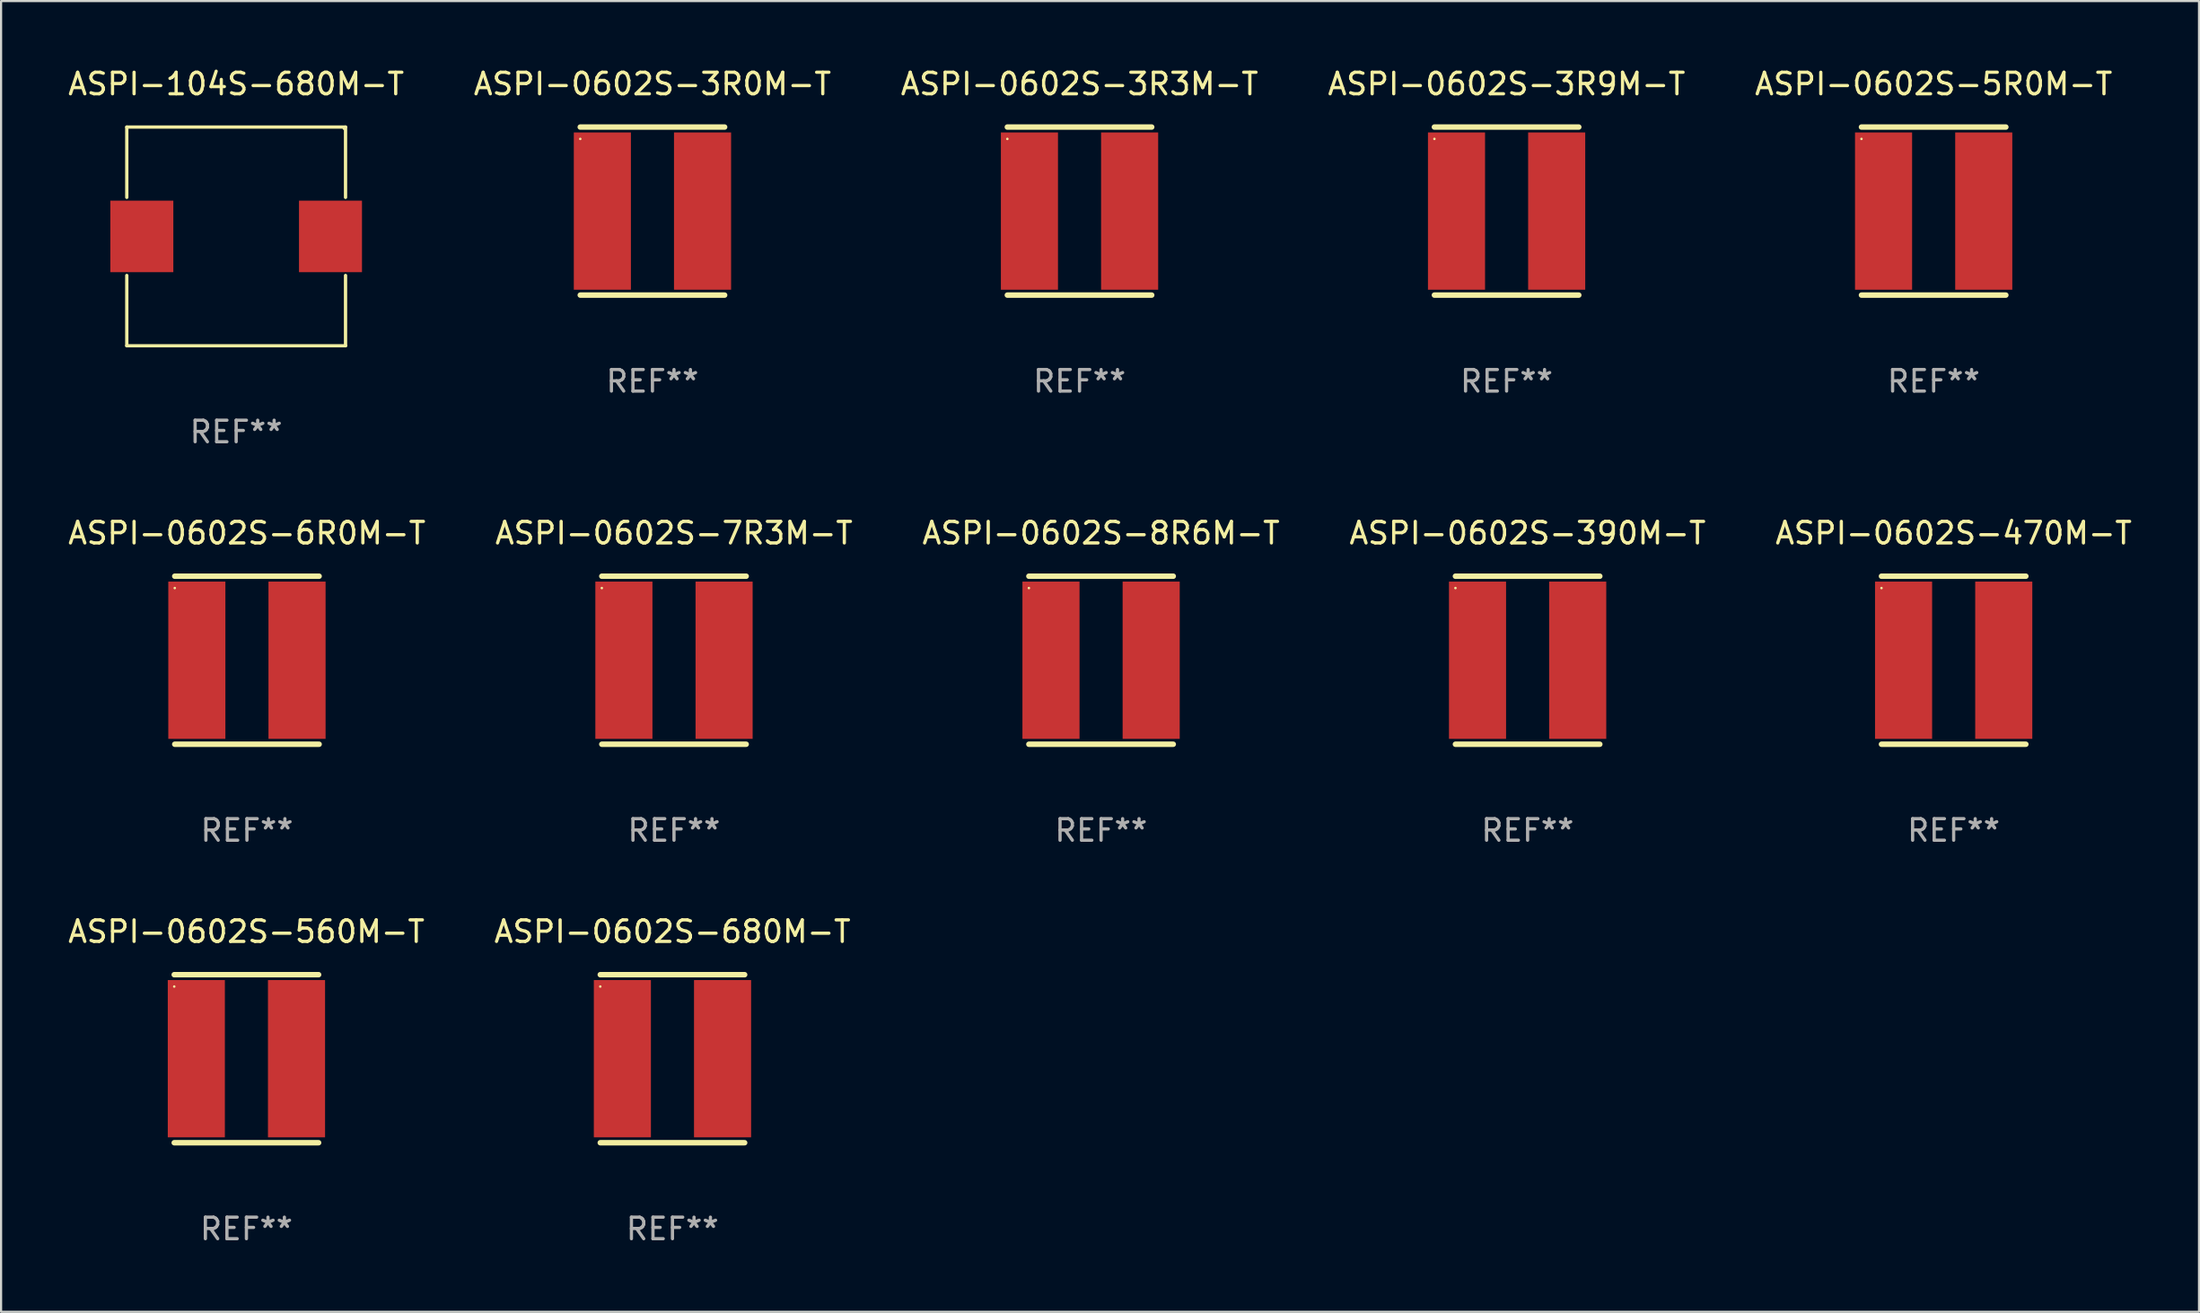
<source format=kicad_pcb>
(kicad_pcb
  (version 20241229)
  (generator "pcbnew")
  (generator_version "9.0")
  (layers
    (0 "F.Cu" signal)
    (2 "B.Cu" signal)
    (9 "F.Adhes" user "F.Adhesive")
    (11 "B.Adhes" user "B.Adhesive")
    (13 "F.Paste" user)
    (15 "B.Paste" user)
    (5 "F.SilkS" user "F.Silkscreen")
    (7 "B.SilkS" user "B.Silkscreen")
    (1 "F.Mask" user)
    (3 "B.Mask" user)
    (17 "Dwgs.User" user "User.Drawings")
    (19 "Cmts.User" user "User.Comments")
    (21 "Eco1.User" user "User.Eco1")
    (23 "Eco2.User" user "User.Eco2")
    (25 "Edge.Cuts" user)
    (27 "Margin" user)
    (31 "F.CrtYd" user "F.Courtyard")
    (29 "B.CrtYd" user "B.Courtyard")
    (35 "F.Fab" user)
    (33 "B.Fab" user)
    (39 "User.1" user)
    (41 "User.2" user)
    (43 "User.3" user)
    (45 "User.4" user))
  (footprint "ASPI-0602S-7R3M-T"
    (layer "F.Cu")
    (at 28.232 27.597)
    (property "Reference" "ASPI-0602S-7R3M-T" (at 0 -5.9 0) (layer "F.SilkS") (effects (font (size 1 1) (thickness 0.15))))
    (attr through_hole)
    (fp_line (start -3.35 -3.9) (end 3.35 -3.9) (stroke (width 0.254) (type solid)) (layer "F.SilkS"))
    (fp_line (start -3.35 3.9) (end 3.35 3.9) (stroke (width 0.254) (type solid)) (layer "F.SilkS"))
    (fp_circle (center -3.35 -3.35) (end -3.32 -3.35) (stroke (width 0.06) (type solid)) (fill no) (layer "F.SilkS"))
    (fp_text user "REF**" (at 0 7.9 0) (layer "F.Fab") (effects (font (size 1 1) (thickness 0.15))))
    (pad "1" smd rect (at -2.325 0) (size 2.65 7.3) (layers "F.Cu" "F.Mask" "F.Paste"))
    (pad "2" smd rect (at 2.325 0) (size 2.65 7.3) (layers "F.Cu" "F.Mask" "F.Paste")))
  (footprint "ASPI-0602S-5R0M-T"
    (layer "F.Cu")
    (at 86.696 6.748)
    (property "Reference" "ASPI-0602S-5R0M-T" (at 0 -5.9 0) (layer "F.SilkS") (effects (font (size 1 1) (thickness 0.15))))
    (attr through_hole)
    (fp_line (start -3.35 -3.9) (end 3.35 -3.9) (stroke (width 0.254) (type solid)) (layer "F.SilkS"))
    (fp_line (start -3.35 3.9) (end 3.35 3.9) (stroke (width 0.254) (type solid)) (layer "F.SilkS"))
    (fp_circle (center -3.35 -3.35) (end -3.32 -3.35) (stroke (width 0.06) (type solid)) (fill no) (layer "F.SilkS"))
    (fp_text user "REF**" (at 0 7.9 0) (layer "F.Fab") (effects (font (size 1 1) (thickness 0.15))))
    (pad "1" smd rect (at -2.325 0) (size 2.65 7.3) (layers "F.Cu" "F.Mask" "F.Paste"))
    (pad "2" smd rect (at 2.325 0) (size 2.65 7.3) (layers "F.Cu" "F.Mask" "F.Paste")))
  (footprint "ASPI-0602S-390M-T"
    (layer "F.Cu")
    (at 67.851 27.597)
    (property "Reference" "ASPI-0602S-390M-T" (at 0 -5.9 0) (layer "F.SilkS") (effects (font (size 1 1) (thickness 0.15))))
    (attr through_hole)
    (fp_line (start -3.35 -3.9) (end 3.35 -3.9) (stroke (width 0.254) (type solid)) (layer "F.SilkS"))
    (fp_line (start -3.35 3.9) (end 3.35 3.9) (stroke (width 0.254) (type solid)) (layer "F.SilkS"))
    (fp_circle (center -3.35 -3.35) (end -3.32 -3.35) (stroke (width 0.06) (type solid)) (fill no) (layer "F.SilkS"))
    (fp_text user "REF**" (at 0 7.9 0) (layer "F.Fab") (effects (font (size 1 1) (thickness 0.15))))
    (pad "1" smd rect (at -2.325 0) (size 2.65 7.3) (layers "F.Cu" "F.Mask" "F.Paste"))
    (pad "2" smd rect (at 2.325 0) (size 2.65 7.3) (layers "F.Cu" "F.Mask" "F.Paste")))
  (footprint "ASPI-0602S-3R3M-T"
    (layer "F.Cu")
    (at 47.054 6.748)
    (property "Reference" "ASPI-0602S-3R3M-T" (at 0 -5.9 0) (layer "F.SilkS") (effects (font (size 1 1) (thickness 0.15))))
    (attr through_hole)
    (fp_line (start -3.35 -3.9) (end 3.35 -3.9) (stroke (width 0.254) (type solid)) (layer "F.SilkS"))
    (fp_line (start -3.35 3.9) (end 3.35 3.9) (stroke (width 0.254) (type solid)) (layer "F.SilkS"))
    (fp_circle (center -3.35 -3.35) (end -3.32 -3.35) (stroke (width 0.06) (type solid)) (fill no) (layer "F.SilkS"))
    (fp_text user "REF**" (at 0 7.9 0) (layer "F.Fab") (effects (font (size 1 1) (thickness 0.15))))
    (pad "1" smd rect (at -2.325 0) (size 2.65 7.3) (layers "F.Cu" "F.Mask" "F.Paste"))
    (pad "2" smd rect (at 2.325 0) (size 2.65 7.3) (layers "F.Cu" "F.Mask" "F.Paste")))
  (footprint "ASPI-0602S-560M-T"
    (layer "F.Cu")
    (at 8.387 46.094)
    (property "Reference" "ASPI-0602S-560M-T" (at 0 -5.9 0) (layer "F.SilkS") (effects (font (size 1 1) (thickness 0.15))))
    (attr through_hole)
    (fp_line (start -3.35 -3.9) (end 3.35 -3.9) (stroke (width 0.254) (type solid)) (layer "F.SilkS"))
    (fp_line (start -3.35 3.9) (end 3.35 3.9) (stroke (width 0.254) (type solid)) (layer "F.SilkS"))
    (fp_circle (center -3.35 -3.35) (end -3.32 -3.35) (stroke (width 0.06) (type solid)) (fill no) (layer "F.SilkS"))
    (fp_text user "REF**" (at 0 7.9 0) (layer "F.Fab") (effects (font (size 1 1) (thickness 0.15))))
    (pad "1" smd rect (at -2.325 0) (size 2.65 7.3) (layers "F.Cu" "F.Mask" "F.Paste"))
    (pad "2" smd rect (at 2.325 0) (size 2.65 7.3) (layers "F.Cu" "F.Mask" "F.Paste")))
  (footprint "ASPI-0602S-680M-T"
    (layer "F.Cu")
    (at 28.161 46.094)
    (property "Reference" "ASPI-0602S-680M-T" (at 0 -5.9 0) (layer "F.SilkS") (effects (font (size 1 1) (thickness 0.15))))
    (attr through_hole)
    (fp_line (start -3.35 -3.9) (end 3.35 -3.9) (stroke (width 0.254) (type solid)) (layer "F.SilkS"))
    (fp_line (start -3.35 3.9) (end 3.35 3.9) (stroke (width 0.254) (type solid)) (layer "F.SilkS"))
    (fp_circle (center -3.35 -3.35) (end -3.32 -3.35) (stroke (width 0.06) (type solid)) (fill no) (layer "F.SilkS"))
    (fp_text user "REF**" (at 0 7.9 0) (layer "F.Fab") (effects (font (size 1 1) (thickness 0.15))))
    (pad "1" smd rect (at -2.325 0) (size 2.65 7.3) (layers "F.Cu" "F.Mask" "F.Paste"))
    (pad "2" smd rect (at 2.325 0) (size 2.65 7.3) (layers "F.Cu" "F.Mask" "F.Paste")))
  (footprint "ASPI-104S-680M-T"
    (layer "F.Cu")
    (at 7.911 7.924)
    (property "Reference" "ASPI-104S-680M-T" (at 0 -7.076 0) (layer "F.SilkS") (effects (font (size 1 1) (thickness 0.15))))
    (attr through_hole)
    (fp_line (start -5.076 -5.076) (end 5.076 -5.076) (stroke (width 0.152) (type solid)) (layer "F.SilkS"))
    (fp_line (start -5.076 -1.812) (end -5.076 -5.076) (stroke (width 0.152) (type solid)) (layer "F.SilkS"))
    (fp_line (start -5.076 1.812) (end -5.076 5.076) (stroke (width 0.152) (type solid)) (layer "F.SilkS"))
    (fp_line (start -5.076 5.076) (end 5.076 5.076) (stroke (width 0.152) (type solid)) (layer "F.SilkS"))
    (fp_line (start 5.076 -5.076) (end 5.076 -1.812) (stroke (width 0.152) (type solid)) (layer "F.SilkS"))
    (fp_line (start 5.076 5.076) (end 5.076 1.812) (stroke (width 0.152) (type solid)) (layer "F.SilkS"))
    (fp_circle (center 5 -5) (end 5.03 -5) (stroke (width 0.06) (type solid)) (fill no) (layer "F.SilkS"))
    (fp_text user "REF**" (at 0 9.076 0) (layer "F.Fab") (effects (font (size 1 1) (thickness 0.15))))
    (pad "1" smd rect (at 4.378 0) (size 2.924 3.32) (layers "F.Cu" "F.Mask" "F.Paste"))
    (pad "2" smd rect (at -4.378 0) (size 2.924 3.32) (layers "F.Cu" "F.Mask" "F.Paste")))
  (footprint "ASPI-0602S-6R0M-T"
    (layer "F.Cu")
    (at 8.411 27.597)
    (property "Reference" "ASPI-0602S-6R0M-T" (at 0 -5.9 0) (layer "F.SilkS") (effects (font (size 1 1) (thickness 0.15))))
    (attr through_hole)
    (fp_line (start -3.35 -3.9) (end 3.35 -3.9) (stroke (width 0.254) (type solid)) (layer "F.SilkS"))
    (fp_line (start -3.35 3.9) (end 3.35 3.9) (stroke (width 0.254) (type solid)) (layer "F.SilkS"))
    (fp_circle (center -3.35 -3.35) (end -3.32 -3.35) (stroke (width 0.06) (type solid)) (fill no) (layer "F.SilkS"))
    (fp_text user "REF**" (at 0 7.9 0) (layer "F.Fab") (effects (font (size 1 1) (thickness 0.15))))
    (pad "1" smd rect (at -2.325 0) (size 2.65 7.3) (layers "F.Cu" "F.Mask" "F.Paste"))
    (pad "2" smd rect (at 2.325 0) (size 2.65 7.3) (layers "F.Cu" "F.Mask" "F.Paste")))
  (footprint "ASPI-0602S-470M-T"
    (layer "F.Cu")
    (at 87.625 27.597)
    (property "Reference" "ASPI-0602S-470M-T" (at 0 -5.9 0) (layer "F.SilkS") (effects (font (size 1 1) (thickness 0.15))))
    (attr through_hole)
    (fp_line (start -3.35 -3.9) (end 3.35 -3.9) (stroke (width 0.254) (type solid)) (layer "F.SilkS"))
    (fp_line (start -3.35 3.9) (end 3.35 3.9) (stroke (width 0.254) (type solid)) (layer "F.SilkS"))
    (fp_circle (center -3.35 -3.35) (end -3.32 -3.35) (stroke (width 0.06) (type solid)) (fill no) (layer "F.SilkS"))
    (fp_text user "REF**" (at 0 7.9 0) (layer "F.Fab") (effects (font (size 1 1) (thickness 0.15))))
    (pad "1" smd rect (at -2.325 0) (size 2.65 7.3) (layers "F.Cu" "F.Mask" "F.Paste"))
    (pad "2" smd rect (at 2.325 0) (size 2.65 7.3) (layers "F.Cu" "F.Mask" "F.Paste")))
  (footprint "ASPI-0602S-3R9M-T"
    (layer "F.Cu")
    (at 66.875 6.748)
    (property "Reference" "ASPI-0602S-3R9M-T" (at 0 -5.9 0) (layer "F.SilkS") (effects (font (size 1 1) (thickness 0.15))))
    (attr through_hole)
    (fp_line (start -3.35 -3.9) (end 3.35 -3.9) (stroke (width 0.254) (type solid)) (layer "F.SilkS"))
    (fp_line (start -3.35 3.9) (end 3.35 3.9) (stroke (width 0.254) (type solid)) (layer "F.SilkS"))
    (fp_circle (center -3.35 -3.35) (end -3.32 -3.35) (stroke (width 0.06) (type solid)) (fill no) (layer "F.SilkS"))
    (fp_text user "REF**" (at 0 7.9 0) (layer "F.Fab") (effects (font (size 1 1) (thickness 0.15))))
    (pad "1" smd rect (at -2.325 0) (size 2.65 7.3) (layers "F.Cu" "F.Mask" "F.Paste"))
    (pad "2" smd rect (at 2.325 0) (size 2.65 7.3) (layers "F.Cu" "F.Mask" "F.Paste")))
  (footprint "ASPI-0602S-3R0M-T"
    (layer "F.Cu")
    (at 27.232 6.748)
    (property "Reference" "ASPI-0602S-3R0M-T" (at 0 -5.9 0) (layer "F.SilkS") (effects (font (size 1 1) (thickness 0.15))))
    (attr through_hole)
    (fp_line (start -3.35 -3.9) (end 3.35 -3.9) (stroke (width 0.254) (type solid)) (layer "F.SilkS"))
    (fp_line (start -3.35 3.9) (end 3.35 3.9) (stroke (width 0.254) (type solid)) (layer "F.SilkS"))
    (fp_circle (center -3.35 -3.35) (end -3.32 -3.35) (stroke (width 0.06) (type solid)) (fill no) (layer "F.SilkS"))
    (fp_text user "REF**" (at 0 7.9 0) (layer "F.Fab") (effects (font (size 1 1) (thickness 0.15))))
    (pad "1" smd rect (at -2.325 0) (size 2.65 7.3) (layers "F.Cu" "F.Mask" "F.Paste"))
    (pad "2" smd rect (at 2.325 0) (size 2.65 7.3) (layers "F.Cu" "F.Mask" "F.Paste")))
  (footprint "ASPI-0602S-8R6M-T"
    (layer "F.Cu")
    (at 48.054 27.597)
    (property "Reference" "ASPI-0602S-8R6M-T" (at 0 -5.9 0) (layer "F.SilkS") (effects (font (size 1 1) (thickness 0.15))))
    (attr through_hole)
    (fp_line (start -3.35 -3.9) (end 3.35 -3.9) (stroke (width 0.254) (type solid)) (layer "F.SilkS"))
    (fp_line (start -3.35 3.9) (end 3.35 3.9) (stroke (width 0.254) (type solid)) (layer "F.SilkS"))
    (fp_circle (center -3.35 -3.35) (end -3.32 -3.35) (stroke (width 0.06) (type solid)) (fill no) (layer "F.SilkS"))
    (fp_text user "REF**" (at 0 7.9 0) (layer "F.Fab") (effects (font (size 1 1) (thickness 0.15))))
    (pad "1" smd rect (at -2.325 0) (size 2.65 7.3) (layers "F.Cu" "F.Mask" "F.Paste"))
    (pad "2" smd rect (at 2.325 0) (size 2.65 7.3) (layers "F.Cu" "F.Mask" "F.Paste")))
  (gr_rect
    (start -3 -3)
    (end 99.012 57.842)
    (stroke (width 0.1) (type default))
    (fill no)
    (layer "Edge.Cuts")))
</source>
